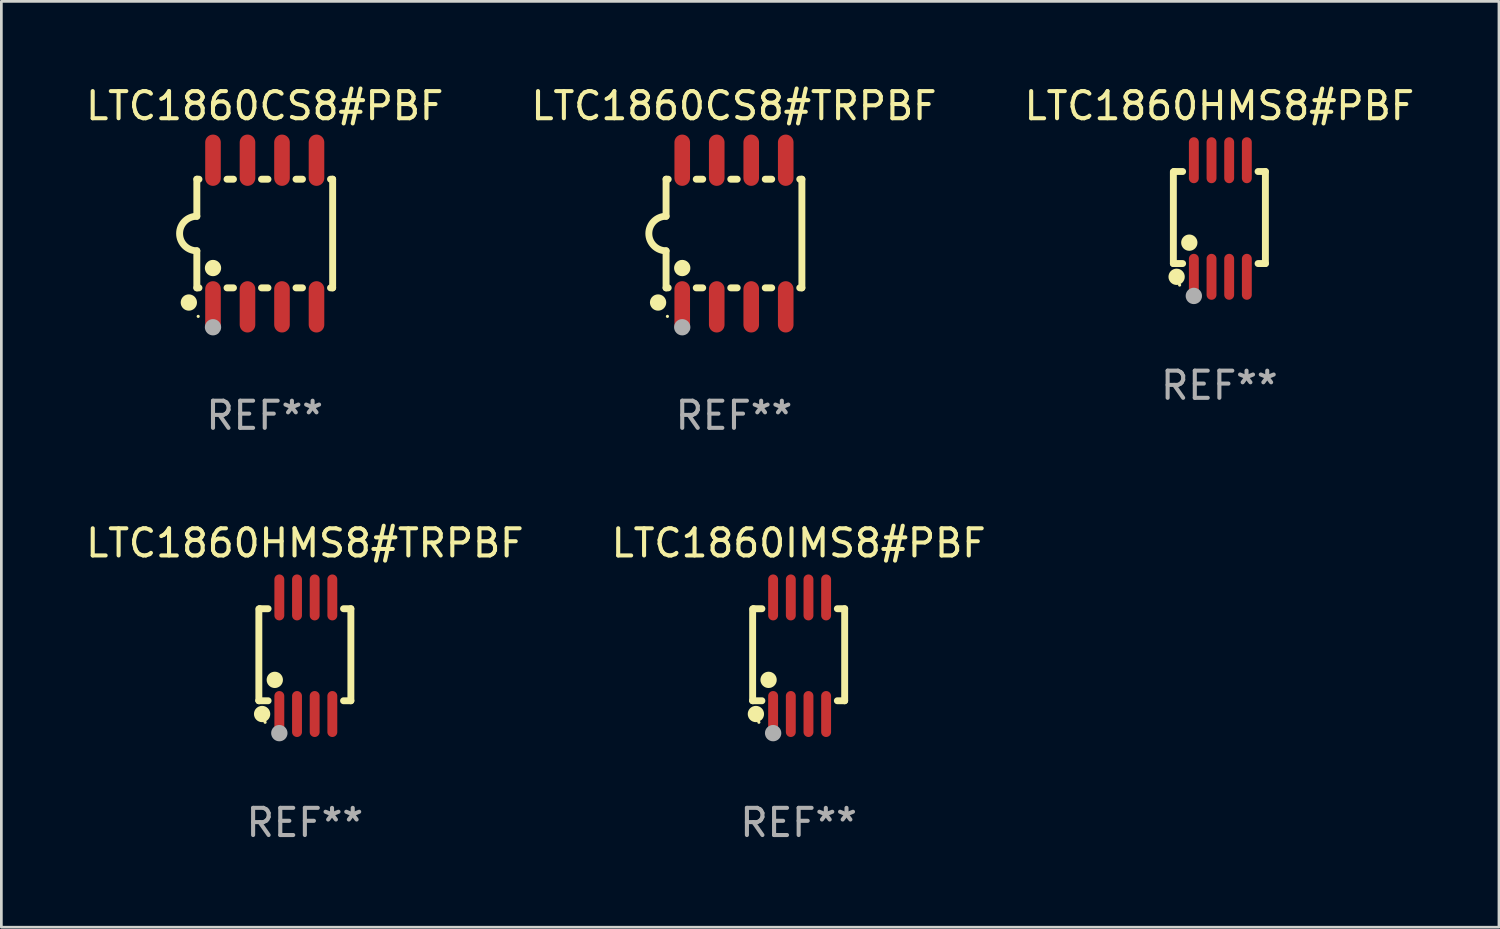
<source format=kicad_pcb>
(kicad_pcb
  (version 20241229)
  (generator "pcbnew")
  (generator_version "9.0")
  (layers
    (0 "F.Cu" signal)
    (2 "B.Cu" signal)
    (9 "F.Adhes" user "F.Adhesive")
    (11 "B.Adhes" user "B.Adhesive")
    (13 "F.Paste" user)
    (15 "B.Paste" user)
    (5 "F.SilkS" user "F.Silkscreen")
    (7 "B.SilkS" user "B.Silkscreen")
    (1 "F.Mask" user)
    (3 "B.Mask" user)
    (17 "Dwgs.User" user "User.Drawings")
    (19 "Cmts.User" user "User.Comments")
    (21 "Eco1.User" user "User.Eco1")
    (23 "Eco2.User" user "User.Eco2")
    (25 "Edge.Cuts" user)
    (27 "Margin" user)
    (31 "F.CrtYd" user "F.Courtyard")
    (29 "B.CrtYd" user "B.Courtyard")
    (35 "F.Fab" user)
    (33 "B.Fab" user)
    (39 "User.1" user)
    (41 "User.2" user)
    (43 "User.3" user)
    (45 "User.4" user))
  (footprint "LTC1860CS8#TRPBF"
    (layer "F.Cu")
    (at 23.97 5.547)
    (property "Reference" "LTC1860CS8#TRPBF" (at 0 -4.699 0) (layer "F.SilkS") (effects (font (size 1 1) (thickness 0.15))))
    (attr through_hole)
    (fp_line (start -2.5 -2) (end -2.5 -0.635) (stroke (width 0.254) (type solid)) (layer "F.SilkS"))
    (fp_line (start -2.5 -2) (end -2.421 -2) (stroke (width 0.254) (type solid)) (layer "F.SilkS"))
    (fp_line (start -2.5 2) (end -2.5 0.635) (stroke (width 0.254) (type solid)) (layer "F.SilkS"))
    (fp_line (start -2.5 2) (end -2.421 2) (stroke (width 0.254) (type solid)) (layer "F.SilkS"))
    (fp_line (start -1.389 -2) (end -1.151 -2) (stroke (width 0.254) (type solid)) (layer "F.SilkS"))
    (fp_line (start -1.389 2) (end -1.151 2) (stroke (width 0.254) (type solid)) (layer "F.SilkS"))
    (fp_line (start -0.119 -2) (end 0.119 -2) (stroke (width 0.254) (type solid)) (layer "F.SilkS"))
    (fp_line (start -0.119 2) (end 0.119 2) (stroke (width 0.254) (type solid)) (layer "F.SilkS"))
    (fp_line (start 1.151 -2) (end 1.389 -2) (stroke (width 0.254) (type solid)) (layer "F.SilkS"))
    (fp_line (start 1.151 2) (end 1.389 2) (stroke (width 0.254) (type solid)) (layer "F.SilkS"))
    (fp_line (start 2.421 -2) (end 2.5 -2) (stroke (width 0.254) (type solid)) (layer "F.SilkS"))
    (fp_line (start 2.421 2) (end 2.5 2) (stroke (width 0.254) (type solid)) (layer "F.SilkS"))
    (fp_line (start 2.5 -2) (end 2.5 2) (stroke (width 0.254) (type solid)) (layer "F.SilkS"))
    (fp_arc (start -2.5 0.635001) (mid -3.134366 -0.000318) (end -2.499365 -0.635001) (stroke (width 0.254001) (type solid)) (layer "F.SilkS"))
    (fp_circle (center -2.794 2.54) (end -2.644 2.54) (stroke (width 0.3) (type solid)) (fill no) (layer "F.SilkS"))
    (fp_circle (center -2.45 3.05) (end -2.42 3.05) (stroke (width 0.06) (type solid)) (fill no) (layer "F.SilkS"))
    (fp_circle (center -1.905 1.27) (end -1.755 1.27) (stroke (width 0.3) (type solid)) (fill no) (layer "F.SilkS"))
    (fp_circle (center -1.905 3.45) (end -1.755 3.45) (stroke (width 0.3) (type solid)) (fill no) (layer "F.Fab"))
    (fp_text user "REF**" (at 0 6.699 0) (layer "F.Fab") (effects (font (size 1 1) (thickness 0.15))))
    (pad "1" smd oval (at -1.905 2.699) (size 0.574 1.888) (layers "F.Cu" "F.Mask" "F.Paste"))
    (pad "2" smd oval (at -0.635 2.699) (size 0.574 1.888) (layers "F.Cu" "F.Mask" "F.Paste"))
    (pad "3" smd oval (at 0.635 2.699) (size 0.574 1.888) (layers "F.Cu" "F.Mask" "F.Paste"))
    (pad "4" smd oval (at 1.905 2.699) (size 0.574 1.888) (layers "F.Cu" "F.Mask" "F.Paste"))
    (pad "5" smd oval (at 1.905 -2.699) (size 0.574 1.888) (layers "F.Cu" "F.Mask" "F.Paste"))
    (pad "6" smd oval (at 0.635 -2.699) (size 0.574 1.888) (layers "F.Cu" "F.Mask" "F.Paste"))
    (pad "7" smd oval (at -0.635 -2.699) (size 0.574 1.888) (layers "F.Cu" "F.Mask" "F.Paste"))
    (pad "8" smd oval (at -1.905 -2.699) (size 0.574 1.888) (layers "F.Cu" "F.Mask" "F.Paste")))
  (footprint "LTC1860IMS8#PBF"
    (layer "F.Cu")
    (at 26.351 21.089)
    (property "Reference" "LTC1860IMS8#PBF" (at 0 -4.146 0) (layer "F.SilkS") (effects (font (size 1 1) (thickness 0.15))))
    (attr through_hole)
    (fp_line (start -1.694 -1.724) (end -1.694 1.652) (stroke (width 0.254) (type solid)) (layer "F.SilkS"))
    (fp_line (start -1.694 1.652) (end -1.688 1.658) (stroke (width 0.254) (type solid)) (layer "F.SilkS"))
    (fp_line (start -1.688 1.658) (end -1.353 1.658) (stroke (width 0.254) (type solid)) (layer "F.SilkS"))
    (fp_line (start -1.661 -1.73) (end -1.681 -1.71) (stroke (width 0.254) (type solid)) (layer "F.SilkS"))
    (fp_line (start -1.353 -1.73) (end -1.661 -1.73) (stroke (width 0.254) (type solid)) (layer "F.SilkS"))
    (fp_line (start 1.424 1.658) (end 1.694 1.658) (stroke (width 0.254) (type solid)) (layer "F.SilkS"))
    (fp_line (start 1.694 -1.73) (end 1.424 -1.73) (stroke (width 0.254) (type solid)) (layer "F.SilkS"))
    (fp_line (start 1.694 1.658) (end 1.694 -1.73) (stroke (width 0.254) (type solid)) (layer "F.SilkS"))
    (fp_circle (center -1.574 2.146) (end -1.424 2.146) (stroke (width 0.3) (type solid)) (fill no) (layer "F.SilkS"))
    (fp_circle (center -1.464 2.45) (end -1.434 2.45) (stroke (width 0.06) (type solid)) (fill no) (layer "F.SilkS"))
    (fp_circle (center -1.107 0.889) (end -0.957 0.889) (stroke (width 0.3) (type solid)) (fill no) (layer "F.SilkS"))
    (fp_circle (center -0.94 2.85) (end -0.789 2.85) (stroke (width 0.3) (type solid)) (fill no) (layer "F.Fab"))
    (fp_text user "REF**" (at 0 6.146 0) (layer "F.Fab") (effects (font (size 1 1) (thickness 0.15))))
    (pad "1" smd oval (at -0.94 2.146) (size 0.364 1.692) (layers "F.Cu" "F.Mask" "F.Paste"))
    (pad "2" smd oval (at -0.289 2.146) (size 0.364 1.692) (layers "F.Cu" "F.Mask" "F.Paste"))
    (pad "3" smd oval (at 0.361 2.146) (size 0.364 1.692) (layers "F.Cu" "F.Mask" "F.Paste"))
    (pad "4" smd oval (at 1.011 2.146) (size 0.364 1.692) (layers "F.Cu" "F.Mask" "F.Paste"))
    (pad "5" smd oval (at 1.011 -2.146) (size 0.364 1.692) (layers "F.Cu" "F.Mask" "F.Paste"))
    (pad "6" smd oval (at 0.361 -2.146) (size 0.364 1.692) (layers "F.Cu" "F.Mask" "F.Paste"))
    (pad "7" smd oval (at -0.289 -2.146) (size 0.364 1.692) (layers "F.Cu" "F.Mask" "F.Paste"))
    (pad "8" smd oval (at -0.94 -2.146) (size 0.364 1.692) (layers "F.Cu" "F.Mask" "F.Paste")))
  (footprint "LTC1860HMS8#PBF"
    (layer "F.Cu")
    (at 41.839 4.994)
    (property "Reference" "LTC1860HMS8#PBF" (at 0 -4.146 0) (layer "F.SilkS") (effects (font (size 1 1) (thickness 0.15))))
    (attr through_hole)
    (fp_line (start -1.694 -1.724) (end -1.694 1.652) (stroke (width 0.254) (type solid)) (layer "F.SilkS"))
    (fp_line (start -1.694 1.652) (end -1.688 1.658) (stroke (width 0.254) (type solid)) (layer "F.SilkS"))
    (fp_line (start -1.688 1.658) (end -1.353 1.658) (stroke (width 0.254) (type solid)) (layer "F.SilkS"))
    (fp_line (start -1.661 -1.73) (end -1.681 -1.71) (stroke (width 0.254) (type solid)) (layer "F.SilkS"))
    (fp_line (start -1.353 -1.73) (end -1.661 -1.73) (stroke (width 0.254) (type solid)) (layer "F.SilkS"))
    (fp_line (start 1.424 1.658) (end 1.694 1.658) (stroke (width 0.254) (type solid)) (layer "F.SilkS"))
    (fp_line (start 1.694 -1.73) (end 1.424 -1.73) (stroke (width 0.254) (type solid)) (layer "F.SilkS"))
    (fp_line (start 1.694 1.658) (end 1.694 -1.73) (stroke (width 0.254) (type solid)) (layer "F.SilkS"))
    (fp_circle (center -1.574 2.146) (end -1.424 2.146) (stroke (width 0.3) (type solid)) (fill no) (layer "F.SilkS"))
    (fp_circle (center -1.464 2.45) (end -1.434 2.45) (stroke (width 0.06) (type solid)) (fill no) (layer "F.SilkS"))
    (fp_circle (center -1.107 0.889) (end -0.957 0.889) (stroke (width 0.3) (type solid)) (fill no) (layer "F.SilkS"))
    (fp_circle (center -0.94 2.85) (end -0.789 2.85) (stroke (width 0.3) (type solid)) (fill no) (layer "F.Fab"))
    (fp_text user "REF**" (at 0 6.146 0) (layer "F.Fab") (effects (font (size 1 1) (thickness 0.15))))
    (pad "1" smd oval (at -0.94 2.146) (size 0.364 1.692) (layers "F.Cu" "F.Mask" "F.Paste"))
    (pad "2" smd oval (at -0.289 2.146) (size 0.364 1.692) (layers "F.Cu" "F.Mask" "F.Paste"))
    (pad "3" smd oval (at 0.361 2.146) (size 0.364 1.692) (layers "F.Cu" "F.Mask" "F.Paste"))
    (pad "4" smd oval (at 1.011 2.146) (size 0.364 1.692) (layers "F.Cu" "F.Mask" "F.Paste"))
    (pad "5" smd oval (at 1.011 -2.146) (size 0.364 1.692) (layers "F.Cu" "F.Mask" "F.Paste"))
    (pad "6" smd oval (at 0.361 -2.146) (size 0.364 1.692) (layers "F.Cu" "F.Mask" "F.Paste"))
    (pad "7" smd oval (at -0.289 -2.146) (size 0.364 1.692) (layers "F.Cu" "F.Mask" "F.Paste"))
    (pad "8" smd oval (at -0.94 -2.146) (size 0.364 1.692) (layers "F.Cu" "F.Mask" "F.Paste")))
  (footprint "LTC1860HMS8#TRPBF"
    (layer "F.Cu")
    (at 8.173 21.089)
    (property "Reference" "LTC1860HMS8#TRPBF" (at 0 -4.146 0) (layer "F.SilkS") (effects (font (size 1 1) (thickness 0.15))))
    (attr through_hole)
    (fp_line (start -1.694 -1.724) (end -1.694 1.652) (stroke (width 0.254) (type solid)) (layer "F.SilkS"))
    (fp_line (start -1.694 1.652) (end -1.688 1.658) (stroke (width 0.254) (type solid)) (layer "F.SilkS"))
    (fp_line (start -1.688 1.658) (end -1.353 1.658) (stroke (width 0.254) (type solid)) (layer "F.SilkS"))
    (fp_line (start -1.661 -1.73) (end -1.681 -1.71) (stroke (width 0.254) (type solid)) (layer "F.SilkS"))
    (fp_line (start -1.353 -1.73) (end -1.661 -1.73) (stroke (width 0.254) (type solid)) (layer "F.SilkS"))
    (fp_line (start 1.424 1.658) (end 1.694 1.658) (stroke (width 0.254) (type solid)) (layer "F.SilkS"))
    (fp_line (start 1.694 -1.73) (end 1.424 -1.73) (stroke (width 0.254) (type solid)) (layer "F.SilkS"))
    (fp_line (start 1.694 1.658) (end 1.694 -1.73) (stroke (width 0.254) (type solid)) (layer "F.SilkS"))
    (fp_circle (center -1.574 2.146) (end -1.424 2.146) (stroke (width 0.3) (type solid)) (fill no) (layer "F.SilkS"))
    (fp_circle (center -1.464 2.45) (end -1.434 2.45) (stroke (width 0.06) (type solid)) (fill no) (layer "F.SilkS"))
    (fp_circle (center -1.107 0.889) (end -0.957 0.889) (stroke (width 0.3) (type solid)) (fill no) (layer "F.SilkS"))
    (fp_circle (center -0.94 2.85) (end -0.789 2.85) (stroke (width 0.3) (type solid)) (fill no) (layer "F.Fab"))
    (fp_text user "REF**" (at 0 6.146 0) (layer "F.Fab") (effects (font (size 1 1) (thickness 0.15))))
    (pad "1" smd oval (at -0.94 2.146) (size 0.364 1.692) (layers "F.Cu" "F.Mask" "F.Paste"))
    (pad "2" smd oval (at -0.289 2.146) (size 0.364 1.692) (layers "F.Cu" "F.Mask" "F.Paste"))
    (pad "3" smd oval (at 0.361 2.146) (size 0.364 1.692) (layers "F.Cu" "F.Mask" "F.Paste"))
    (pad "4" smd oval (at 1.011 2.146) (size 0.364 1.692) (layers "F.Cu" "F.Mask" "F.Paste"))
    (pad "5" smd oval (at 1.011 -2.146) (size 0.364 1.692) (layers "F.Cu" "F.Mask" "F.Paste"))
    (pad "6" smd oval (at 0.361 -2.146) (size 0.364 1.692) (layers "F.Cu" "F.Mask" "F.Paste"))
    (pad "7" smd oval (at -0.289 -2.146) (size 0.364 1.692) (layers "F.Cu" "F.Mask" "F.Paste"))
    (pad "8" smd oval (at -0.94 -2.146) (size 0.364 1.692) (layers "F.Cu" "F.Mask" "F.Paste")))
  (footprint "LTC1860CS8#PBF"
    (layer "F.Cu")
    (at 6.696 5.547)
    (property "Reference" "LTC1860CS8#PBF" (at 0 -4.699 0) (layer "F.SilkS") (effects (font (size 1 1) (thickness 0.15))))
    (attr through_hole)
    (fp_line (start -2.5 -2) (end -2.5 -0.635) (stroke (width 0.254) (type solid)) (layer "F.SilkS"))
    (fp_line (start -2.5 -2) (end -2.421 -2) (stroke (width 0.254) (type solid)) (layer "F.SilkS"))
    (fp_line (start -2.5 2) (end -2.5 0.635) (stroke (width 0.254) (type solid)) (layer "F.SilkS"))
    (fp_line (start -2.5 2) (end -2.421 2) (stroke (width 0.254) (type solid)) (layer "F.SilkS"))
    (fp_line (start -1.389 -2) (end -1.151 -2) (stroke (width 0.254) (type solid)) (layer "F.SilkS"))
    (fp_line (start -1.389 2) (end -1.151 2) (stroke (width 0.254) (type solid)) (layer "F.SilkS"))
    (fp_line (start -0.119 -2) (end 0.119 -2) (stroke (width 0.254) (type solid)) (layer "F.SilkS"))
    (fp_line (start -0.119 2) (end 0.119 2) (stroke (width 0.254) (type solid)) (layer "F.SilkS"))
    (fp_line (start 1.151 -2) (end 1.389 -2) (stroke (width 0.254) (type solid)) (layer "F.SilkS"))
    (fp_line (start 1.151 2) (end 1.389 2) (stroke (width 0.254) (type solid)) (layer "F.SilkS"))
    (fp_line (start 2.421 -2) (end 2.5 -2) (stroke (width 0.254) (type solid)) (layer "F.SilkS"))
    (fp_line (start 2.421 2) (end 2.5 2) (stroke (width 0.254) (type solid)) (layer "F.SilkS"))
    (fp_line (start 2.5 -2) (end 2.5 2) (stroke (width 0.254) (type solid)) (layer "F.SilkS"))
    (fp_arc (start -2.5 0.635001) (mid -3.134366 -0.000318) (end -2.499365 -0.635001) (stroke (width 0.254001) (type solid)) (layer "F.SilkS"))
    (fp_circle (center -2.794 2.54) (end -2.644 2.54) (stroke (width 0.3) (type solid)) (fill no) (layer "F.SilkS"))
    (fp_circle (center -2.45 3.05) (end -2.42 3.05) (stroke (width 0.06) (type solid)) (fill no) (layer "F.SilkS"))
    (fp_circle (center -1.905 1.27) (end -1.755 1.27) (stroke (width 0.3) (type solid)) (fill no) (layer "F.SilkS"))
    (fp_circle (center -1.905 3.45) (end -1.755 3.45) (stroke (width 0.3) (type solid)) (fill no) (layer "F.Fab"))
    (fp_text user "REF**" (at 0 6.699 0) (layer "F.Fab") (effects (font (size 1 1) (thickness 0.15))))
    (pad "1" smd oval (at -1.905 2.699) (size 0.574 1.888) (layers "F.Cu" "F.Mask" "F.Paste"))
    (pad "2" smd oval (at -0.635 2.699) (size 0.574 1.888) (layers "F.Cu" "F.Mask" "F.Paste"))
    (pad "3" smd oval (at 0.635 2.699) (size 0.574 1.888) (layers "F.Cu" "F.Mask" "F.Paste"))
    (pad "4" smd oval (at 1.905 2.699) (size 0.574 1.888) (layers "F.Cu" "F.Mask" "F.Paste"))
    (pad "5" smd oval (at 1.905 -2.699) (size 0.574 1.888) (layers "F.Cu" "F.Mask" "F.Paste"))
    (pad "6" smd oval (at 0.635 -2.699) (size 0.574 1.888) (layers "F.Cu" "F.Mask" "F.Paste"))
    (pad "7" smd oval (at -0.635 -2.699) (size 0.574 1.888) (layers "F.Cu" "F.Mask" "F.Paste"))
    (pad "8" smd oval (at -1.905 -2.699) (size 0.574 1.888) (layers "F.Cu" "F.Mask" "F.Paste")))
  (gr_rect
    (start -3 -3)
    (end 52.131 31.083)
    (stroke (width 0.1) (type default))
    (fill no)
    (layer "Edge.Cuts")))
</source>
